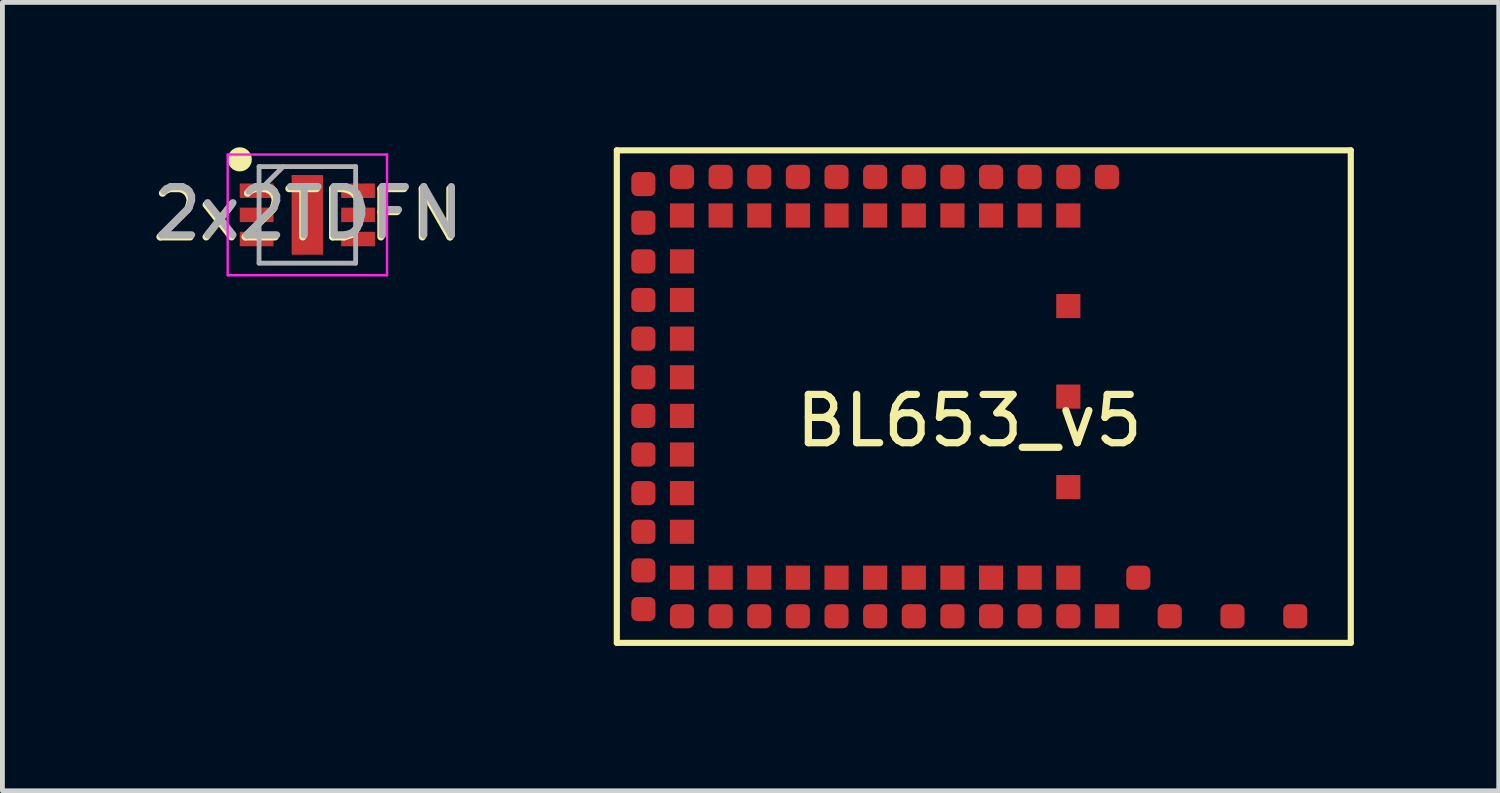
<source format=kicad_pcb>
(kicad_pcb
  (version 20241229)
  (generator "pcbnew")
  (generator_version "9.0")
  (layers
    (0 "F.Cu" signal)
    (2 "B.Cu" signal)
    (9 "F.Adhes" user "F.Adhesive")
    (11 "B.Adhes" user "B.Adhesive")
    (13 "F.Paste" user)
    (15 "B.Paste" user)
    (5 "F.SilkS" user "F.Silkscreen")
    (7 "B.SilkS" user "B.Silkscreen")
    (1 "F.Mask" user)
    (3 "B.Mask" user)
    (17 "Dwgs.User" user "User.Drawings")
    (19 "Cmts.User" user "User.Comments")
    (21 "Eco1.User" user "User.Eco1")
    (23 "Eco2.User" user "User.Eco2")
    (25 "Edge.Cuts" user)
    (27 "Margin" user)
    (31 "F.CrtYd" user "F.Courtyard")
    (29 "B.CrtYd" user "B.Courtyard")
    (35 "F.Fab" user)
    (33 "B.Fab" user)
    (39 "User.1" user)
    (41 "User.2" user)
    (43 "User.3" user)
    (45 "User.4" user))
  (footprint "2x2TDFN"
    (layer "F.Cu")
    (at 3.315 1.4)
    (property "Reference" "2x2TDFN" (at 0 0 0) (layer "F.SilkS") (effects (font (size 1 1) (thickness 0.15))))
    (attr smd)
    (fp_circle (center -1.4 -1.15) (end -1.4 -1.025) (stroke (width 0.25) (type solid)) (fill no) (layer "F.SilkS"))
    (fp_line (start -1.65 -1.25) (end 1.65 -1.25) (stroke (width 0.05) (type solid)) (layer "F.CrtYd"))
    (fp_line (start -1.65 1.25) (end -1.65 -1.25) (stroke (width 0.05) (type solid)) (layer "F.CrtYd"))
    (fp_line (start 1.65 -1.25) (end 1.65 1.25) (stroke (width 0.05) (type solid)) (layer "F.CrtYd"))
    (fp_line (start 1.65 1.25) (end -1.65 1.25) (stroke (width 0.05) (type solid)) (layer "F.CrtYd"))
    (fp_line (start -1 -1) (end 1 -1) (stroke (width 0.1) (type solid)) (layer "F.Fab"))
    (fp_line (start -1 -0.5) (end -0.5 -1) (stroke (width 0.1) (type solid)) (layer "F.Fab"))
    (fp_line (start -1 1) (end -1 -1) (stroke (width 0.1) (type solid)) (layer "F.Fab"))
    (fp_line (start 1 -1) (end 1 1) (stroke (width 0.1) (type solid)) (layer "F.Fab"))
    (fp_line (start 1 1) (end -1 1) (stroke (width 0.1) (type solid)) (layer "F.Fab"))
    (fp_text user "${REFERENCE}" (at 0.03 -0.04 0) (layer "F.Fab") (effects (font (size 1 1) (thickness 0.15))))
    (pad "1" smd rect (at -1.05 -0.5 90) (size 0.3 0.7) (layers "F.Cu" "F.Mask" "F.Paste"))
    (pad "2" smd rect (at -1.05 0 90) (size 0.3 0.7) (layers "F.Cu" "F.Mask" "F.Paste"))
    (pad "3" smd rect (at -1.05 0.5 90) (size 0.3 0.7) (layers "F.Cu" "F.Mask" "F.Paste"))
    (pad "4" smd rect (at 1.05 0.5 90) (size 0.3 0.7) (layers "F.Cu" "F.Mask" "F.Paste"))
    (pad "5" smd rect (at 1.05 0 90) (size 0.3 0.7) (layers "F.Cu" "F.Mask" "F.Paste"))
    (pad "6" smd rect (at 1.05 -0.5 90) (size 0.3 0.7) (layers "F.Cu" "F.Mask" "F.Paste"))
    (pad "7" smd rect (at 0 0) (size 0.65 1.65) (layers "F.Cu" "F.Mask" "F.Paste")))
  (footprint "BL653_v5"
    (layer "F.Cu")
    (at 17.024 5.163)
    (property "Reference" "BL653_v5" (at 0 0.5 0) (layer "F.SilkS") (effects (font (size 1 1) (thickness 0.15))))
    (attr through_hole)
    (fp_line (start -7.3 -5.1) (end -7.3 5.1) (stroke (width 0.127) (type solid)) (layer "F.SilkS"))
    (fp_line (start -7.3 -5.1) (end 7.9 -5.1) (stroke (width 0.127) (type solid)) (layer "F.SilkS"))
    (fp_line (start -7.3 5.1) (end 7.9 5.1) (stroke (width 0.127) (type solid)) (layer "F.SilkS"))
    (fp_line (start 7.9 5.1) (end 7.9 -5.1) (stroke (width 0.127) (type solid)) (layer "F.SilkS"))
    (pad "0" smd rect (at 2.85 4.55 90) (size 0.5 0.5) (layers "F.Cu" "F.Mask" "F.Paste"))
    (pad "1" smd roundrect (at 2.05 4.55 90) (size 0.5 0.5) (layers "F.Cu" "F.Mask" "F.Paste") (roundrect_rratio 0.25))
    (pad "2" smd rect (at 2.05 3.75) (size 0.5 0.5) (layers "F.Cu" "F.Mask" "F.Paste"))
    (pad "3" smd roundrect (at 1.25 4.55 90) (size 0.5 0.5) (layers "F.Cu" "F.Mask" "F.Paste") (roundrect_rratio 0.25))
    (pad "4" smd rect (at 1.25 3.75) (size 0.5 0.5) (layers "F.Cu" "F.Mask" "F.Paste"))
    (pad "5" smd roundrect (at 0.45 4.55 90) (size 0.5 0.5) (layers "F.Cu" "F.Mask" "F.Paste") (roundrect_rratio 0.25))
    (pad "6" smd rect (at 0.45 3.75) (size 0.5 0.5) (layers "F.Cu" "F.Mask" "F.Paste"))
    (pad "7" smd roundrect (at -0.35 4.55 90) (size 0.5 0.5) (layers "F.Cu" "F.Mask" "F.Paste") (roundrect_rratio 0.25))
    (pad "8" smd rect (at -0.35 3.75) (size 0.5 0.5) (layers "F.Cu" "F.Mask" "F.Paste"))
    (pad "9" smd roundrect (at -1.15 4.55 90) (size 0.5 0.5) (layers "F.Cu" "F.Mask" "F.Paste") (roundrect_rratio 0.25))
    (pad "10" smd rect (at -1.15 3.75) (size 0.5 0.5) (layers "F.Cu" "F.Mask" "F.Paste"))
    (pad "11" smd roundrect (at -1.95 4.55 90) (size 0.5 0.5) (layers "F.Cu" "F.Mask" "F.Paste") (roundrect_rratio 0.25))
    (pad "12" smd rect (at -1.95 3.75) (size 0.5 0.5) (layers "F.Cu" "F.Mask" "F.Paste"))
    (pad "13" smd roundrect (at -2.75 4.55 90) (size 0.5 0.5) (layers "F.Cu" "F.Mask" "F.Paste") (roundrect_rratio 0.25))
    (pad "14" smd rect (at -2.75 3.75) (size 0.5 0.5) (layers "F.Cu" "F.Mask" "F.Paste"))
    (pad "15" smd roundrect (at -3.55 4.55 90) (size 0.5 0.5) (layers "F.Cu" "F.Mask" "F.Paste") (roundrect_rratio 0.25))
    (pad "16" smd rect (at -3.55 3.75) (size 0.5 0.5) (layers "F.Cu" "F.Mask" "F.Paste"))
    (pad "17" smd roundrect (at -4.35 4.55 90) (size 0.5 0.5) (layers "F.Cu" "F.Mask" "F.Paste") (roundrect_rratio 0.25))
    (pad "18" smd rect (at -4.35 3.75) (size 0.5 0.5) (layers "F.Cu" "F.Mask" "F.Paste"))
    (pad "19" smd roundrect (at -5.15 4.55 90) (size 0.5 0.5) (layers "F.Cu" "F.Mask" "F.Paste") (roundrect_rratio 0.25))
    (pad "20" smd rect (at -5.15 3.75) (size 0.5 0.5) (layers "F.Cu" "F.Mask" "F.Paste"))
    (pad "21" smd roundrect (at -5.95 4.55 90) (size 0.5 0.5) (layers "F.Cu" "F.Mask" "F.Paste") (roundrect_rratio 0.25))
    (pad "22" smd rect (at -5.95 3.75) (size 0.5 0.5) (layers "F.Cu" "F.Mask" "F.Paste"))
    (pad "23" smd roundrect (at -6.75 4.4) (size 0.5 0.5) (layers "F.Cu" "F.Mask" "F.Paste") (roundrect_rratio 0.25))
    (pad "24" smd roundrect (at -6.75 3.6) (size 0.5 0.5) (layers "F.Cu" "F.Mask" "F.Paste") (roundrect_rratio 0.25))
    (pad "25" smd roundrect (at -6.75 2.8) (size 0.5 0.5) (layers "F.Cu" "F.Mask" "F.Paste") (roundrect_rratio 0.25))
    (pad "26" smd rect (at -5.95 2.8) (size 0.5 0.5) (layers "F.Cu" "F.Mask" "F.Paste"))
    (pad "27" smd roundrect (at -6.75 2) (size 0.5 0.5) (layers "F.Cu" "F.Mask" "F.Paste") (roundrect_rratio 0.25))
    (pad "28" smd rect (at -5.95 2) (size 0.5 0.5) (layers "F.Cu" "F.Mask" "F.Paste"))
    (pad "29" smd roundrect (at -6.75 1.2) (size 0.5 0.5) (layers "F.Cu" "F.Mask" "F.Paste") (roundrect_rratio 0.25))
    (pad "30" smd rect (at -5.95 1.2) (size 0.5 0.5) (layers "F.Cu" "F.Mask" "F.Paste"))
    (pad "31" smd roundrect (at -6.75 0.4) (size 0.5 0.5) (layers "F.Cu" "F.Mask" "F.Paste") (roundrect_rratio 0.25))
    (pad "32" smd rect (at -5.95 0.4) (size 0.5 0.5) (layers "F.Cu" "F.Mask" "F.Paste"))
    (pad "33" smd roundrect (at -6.75 -0.4) (size 0.5 0.5) (layers "F.Cu" "F.Mask" "F.Paste") (roundrect_rratio 0.25))
    (pad "34" smd rect (at -5.95 -0.4) (size 0.5 0.5) (layers "F.Cu" "F.Mask" "F.Paste"))
    (pad "35" smd roundrect (at -6.75 -1.2) (size 0.5 0.5) (layers "F.Cu" "F.Mask" "F.Paste") (roundrect_rratio 0.25))
    (pad "36" smd rect (at -5.95 -1.2) (size 0.5 0.5) (layers "F.Cu" "F.Mask" "F.Paste"))
    (pad "37" smd roundrect (at -6.75 -2) (size 0.5 0.5) (layers "F.Cu" "F.Mask" "F.Paste") (roundrect_rratio 0.25))
    (pad "38" smd rect (at -5.95 -2) (size 0.5 0.5) (layers "F.Cu" "F.Mask" "F.Paste"))
    (pad "39" smd roundrect (at -6.75 -2.8) (size 0.5 0.5) (layers "F.Cu" "F.Mask" "F.Paste") (roundrect_rratio 0.25))
    (pad "40" smd rect (at -5.95 -2.8) (size 0.5 0.5) (layers "F.Cu" "F.Mask" "F.Paste"))
    (pad "41" smd roundrect (at -6.75 -3.6) (size 0.5 0.5) (layers "F.Cu" "F.Mask" "F.Paste") (roundrect_rratio 0.25))
    (pad "42" smd roundrect (at -6.75 -4.4) (size 0.5 0.5) (layers "F.Cu" "F.Mask" "F.Paste") (roundrect_rratio 0.25))
    (pad "43" smd roundrect (at -5.95 -4.55 90) (size 0.5 0.5) (layers "F.Cu" "F.Mask" "F.Paste") (roundrect_rratio 0.25))
    (pad "44" smd rect (at -5.95 -3.75) (size 0.5 0.5) (layers "F.Cu" "F.Mask" "F.Paste"))
    (pad "45" smd roundrect (at -5.15 -4.55 90) (size 0.5 0.5) (layers "F.Cu" "F.Mask" "F.Paste") (roundrect_rratio 0.25))
    (pad "46" smd rect (at -5.15 -3.75) (size 0.5 0.5) (layers "F.Cu" "F.Mask" "F.Paste"))
    (pad "47" smd roundrect (at -4.35 -4.55 90) (size 0.5 0.5) (layers "F.Cu" "F.Mask" "F.Paste") (roundrect_rratio 0.25))
    (pad "48" smd rect (at -4.35 -3.75) (size 0.5 0.5) (layers "F.Cu" "F.Mask" "F.Paste"))
    (pad "49" smd roundrect (at -3.55 -4.55 90) (size 0.5 0.5) (layers "F.Cu" "F.Mask" "F.Paste") (roundrect_rratio 0.25))
    (pad "50" smd rect (at -3.55 -3.75) (size 0.5 0.5) (layers "F.Cu" "F.Mask" "F.Paste"))
    (pad "51" smd roundrect (at -2.75 -4.55 90) (size 0.5 0.5) (layers "F.Cu" "F.Mask" "F.Paste") (roundrect_rratio 0.25))
    (pad "52" smd rect (at -2.75 -3.75) (size 0.5 0.5) (layers "F.Cu" "F.Mask" "F.Paste"))
    (pad "53" smd roundrect (at -1.95 -4.55 90) (size 0.5 0.5) (layers "F.Cu" "F.Mask" "F.Paste") (roundrect_rratio 0.25))
    (pad "54" smd rect (at -1.95 -3.75) (size 0.5 0.5) (layers "F.Cu" "F.Mask" "F.Paste"))
    (pad "55" smd roundrect (at -1.15 -4.55 90) (size 0.5 0.5) (layers "F.Cu" "F.Mask" "F.Paste") (roundrect_rratio 0.25))
    (pad "56" smd rect (at -1.15 -3.75) (size 0.5 0.5) (layers "F.Cu" "F.Mask" "F.Paste"))
    (pad "57" smd roundrect (at -0.35 -4.55 90) (size 0.5 0.5) (layers "F.Cu" "F.Mask" "F.Paste") (roundrect_rratio 0.25))
    (pad "58" smd rect (at -0.35 -3.75) (size 0.5 0.5) (layers "F.Cu" "F.Mask" "F.Paste"))
    (pad "59" smd roundrect (at 0.45 -4.55 90) (size 0.5 0.5) (layers "F.Cu" "F.Mask" "F.Paste") (roundrect_rratio 0.25))
    (pad "60" smd rect (at 0.45 -3.75) (size 0.5 0.5) (layers "F.Cu" "F.Mask" "F.Paste"))
    (pad "61" smd roundrect (at 1.25 -4.55 90) (size 0.5 0.5) (layers "F.Cu" "F.Mask" "F.Paste") (roundrect_rratio 0.25))
    (pad "62" smd rect (at 1.25 -3.75) (size 0.5 0.5) (layers "F.Cu" "F.Mask" "F.Paste"))
    (pad "63" smd roundrect (at 2.05 -4.55 90) (size 0.5 0.5) (layers "F.Cu" "F.Mask" "F.Paste") (roundrect_rratio 0.25))
    (pad "64" smd rect (at 2.05 -3.75) (size 0.5 0.5) (layers "F.Cu" "F.Mask" "F.Paste"))
    (pad "65" smd roundrect (at 2.85 -4.55 90) (size 0.5 0.5) (layers "F.Cu" "F.Mask" "F.Paste") (roundrect_rratio 0.25))
    (pad "66" smd roundrect (at 4.15 4.55 90) (size 0.5 0.5) (layers "F.Cu" "F.Mask" "F.Paste") (roundrect_rratio 0.25))
    (pad "67" smd roundrect (at 5.45 4.55 90) (size 0.5 0.5) (layers "F.Cu" "F.Mask" "F.Paste") (roundrect_rratio 0.25))
    (pad "68" smd roundrect (at 6.75 4.55 90) (size 0.5 0.5) (layers "F.Cu" "F.Mask" "F.Paste") (roundrect_rratio 0.25))
    (pad "69" smd rect (at 2.05 -1.875) (size 0.5 0.5) (layers "F.Cu" "F.Mask" "F.Paste"))
    (pad "70" smd rect (at 2.05 0) (size 0.5 0.5) (layers "F.Cu" "F.Mask" "F.Paste"))
    (pad "71" smd rect (at 2.05 1.875) (size 0.5 0.5) (layers "F.Cu" "F.Mask" "F.Paste"))
    (pad "72" smd roundrect (at 3.5 3.75 90) (size 0.5 0.5) (layers "F.Cu" "F.Mask" "F.Paste") (roundrect_rratio 0.25)))
  (gr_rect
    (start -3 -3)
    (end 27.988 13.327)
    (stroke (width 0.1) (type default))
    (fill no)
    (layer "Edge.Cuts")))
</source>
